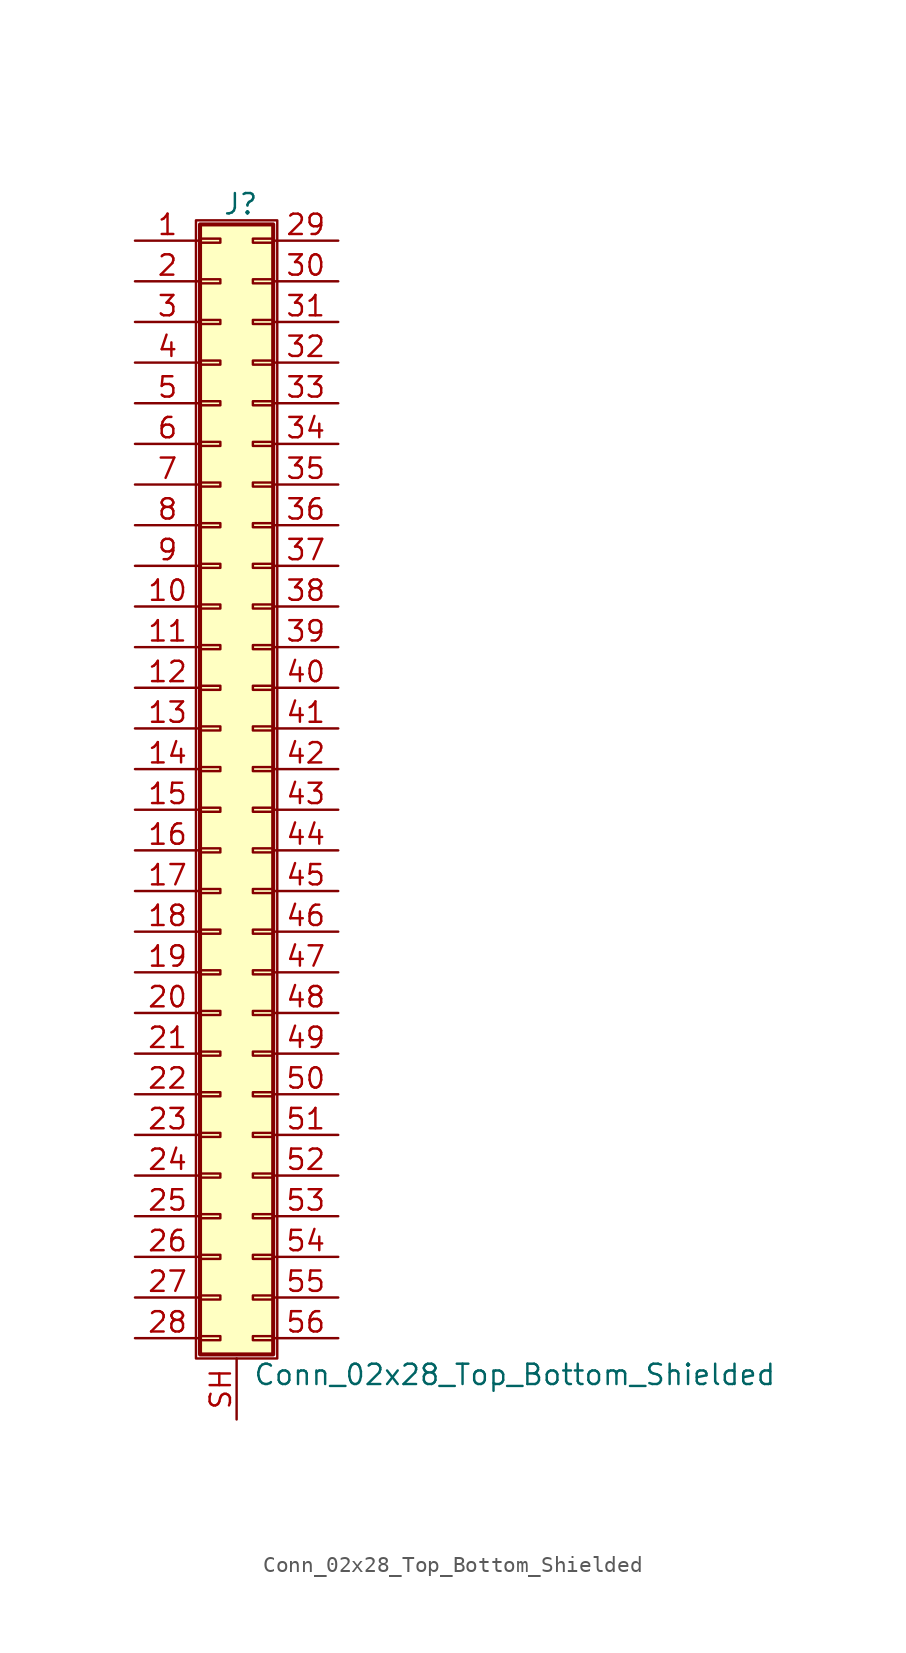
<source format=kicad_sym>
(kicad_symbol_lib
  (version 20201005)
  (generator kicad_symbol_editor)
  (symbol "Connector_Generic_Shielded:Conn_02x28_Top_Bottom_Shielded"
    (pin_names
      (offset 1.016) hide)
    (property "Reference" "J"
      (at 1.524 35.306 0)
      (effects (font (size 1.27 1.27))))
    (property "Value" "Conn_02x28_Top_Bottom_Shielded"
      (at 2.286 -37.846 0)
      (effects (font (size 1.27 1.27)) (justify left)))
    (symbol "Conn_02x28_Top_Bottom_Shielded_1_1"
      (rectangle (start -1.016 -27.813) (end 0.254 -28.067) (stroke (width 0.152)) (fill (type none)))
      (rectangle (start -1.016 -30.353) (end 0.254 -30.607) (stroke (width 0.152)) (fill (type none)))
      (rectangle (start -1.016 -32.893) (end 0.254 -33.147) (stroke (width 0.152)) (fill (type none)))
      (rectangle (start -1.016 -35.433) (end 0.254 -35.687) (stroke (width 0.152)) (fill (type none)))
      (rectangle (start -1.016 -4.953) (end 0.254 -5.207) (stroke (width 0.152)) (fill (type none)))
      (rectangle (start -1.016 -7.493) (end 0.254 -7.747) (stroke (width 0.152)) (fill (type none)))
      (rectangle (start -1.016 -10.033) (end 0.254 -10.287) (stroke (width 0.152)) (fill (type none)))
      (rectangle (start -1.016 -12.573) (end 0.254 -12.827) (stroke (width 0.152)) (fill (type none)))
      (rectangle (start -1.016 -15.113) (end 0.254 -15.367) (stroke (width 0.152)) (fill (type none)))
      (rectangle (start -1.016 -17.653) (end 0.254 -17.907) (stroke (width 0.152)) (fill (type none)))
      (rectangle (start -1.016 -20.193) (end 0.254 -20.447) (stroke (width 0.152)) (fill (type none)))
      (rectangle (start -1.016 -22.733) (end 0.254 -22.987) (stroke (width 0.152)) (fill (type none)))
      (rectangle (start -1.016 -2.413) (end 0.254 -2.667) (stroke (width 0.152)) (fill (type none)))
      (rectangle (start -1.016 -25.273) (end 0.254 -25.527) (stroke (width 0.152)) (fill (type none)))
      (rectangle (start -1.016 25.527) (end 0.254 25.273) (stroke (width 0.152)) (fill (type none)))
      (rectangle (start -1.016 2.667) (end 0.254 2.413) (stroke (width 0.152)) (fill (type none)))
      (rectangle (start -1.016 28.067) (end 0.254 27.813) (stroke (width 0.152)) (fill (type none)))
      (rectangle (start -1.016 30.607) (end 0.254 30.353) (stroke (width 0.152)) (fill (type none)))
      (rectangle (start -1.016 33.147) (end 0.254 32.893) (stroke (width 0.152)) (fill (type none)))
      (rectangle (start -1.016 34.036) (end 3.556 -36.576) (stroke (width 0.254)) (fill (type background)))
      (rectangle (start -1.016 5.207) (end 0.254 4.953) (stroke (width 0.152)) (fill (type none)))
      (rectangle (start -1.016 7.747) (end 0.254 7.493) (stroke (width 0.152)) (fill (type none)))
      (rectangle (start -1.016 10.287) (end 0.254 10.033) (stroke (width 0.152)) (fill (type none)))
      (rectangle (start -1.016 0.127) (end 0.254 -0.127) (stroke (width 0.152)) (fill (type none)))
      (rectangle (start -1.016 12.827) (end 0.254 12.573) (stroke (width 0.152)) (fill (type none)))
      (rectangle (start -1.016 15.367) (end 0.254 15.113) (stroke (width 0.152)) (fill (type none)))
      (rectangle (start -1.016 17.907) (end 0.254 17.653) (stroke (width 0.152)) (fill (type none)))
      (rectangle (start -1.016 20.447) (end 0.254 20.193) (stroke (width 0.152)) (fill (type none)))
      (rectangle (start -1.016 22.987) (end 0.254 22.733) (stroke (width 0.152)) (fill (type none)))
      (rectangle (start -1.27 34.29) (end 3.81 -36.83) (stroke (width 0.152)) (fill (type none)))
      (rectangle (start 3.556 -27.813) (end 2.286 -28.067) (stroke (width 0.152)) (fill (type none)))
      (rectangle (start 3.556 -30.353) (end 2.286 -30.607) (stroke (width 0.152)) (fill (type none)))
      (rectangle (start 3.556 -32.893) (end 2.286 -33.147) (stroke (width 0.152)) (fill (type none)))
      (rectangle (start 3.556 -35.433) (end 2.286 -35.687) (stroke (width 0.152)) (fill (type none)))
      (rectangle (start 3.556 -4.953) (end 2.286 -5.207) (stroke (width 0.152)) (fill (type none)))
      (rectangle (start 3.556 -7.493) (end 2.286 -7.747) (stroke (width 0.152)) (fill (type none)))
      (rectangle (start 3.556 -10.033) (end 2.286 -10.287) (stroke (width 0.152)) (fill (type none)))
      (rectangle (start 3.556 -12.573) (end 2.286 -12.827) (stroke (width 0.152)) (fill (type none)))
      (rectangle (start 3.556 -15.113) (end 2.286 -15.367) (stroke (width 0.152)) (fill (type none)))
      (rectangle (start 3.556 -17.653) (end 2.286 -17.907) (stroke (width 0.152)) (fill (type none)))
      (rectangle (start 3.556 -20.193) (end 2.286 -20.447) (stroke (width 0.152)) (fill (type none)))
      (rectangle (start 3.556 -22.733) (end 2.286 -22.987) (stroke (width 0.152)) (fill (type none)))
      (rectangle (start 3.556 -2.413) (end 2.286 -2.667) (stroke (width 0.152)) (fill (type none)))
      (rectangle (start 3.556 -25.273) (end 2.286 -25.527) (stroke (width 0.152)) (fill (type none)))
      (rectangle (start 3.556 25.527) (end 2.286 25.273) (stroke (width 0.152)) (fill (type none)))
      (rectangle (start 3.556 2.667) (end 2.286 2.413) (stroke (width 0.152)) (fill (type none)))
      (rectangle (start 3.556 28.067) (end 2.286 27.813) (stroke (width 0.152)) (fill (type none)))
      (rectangle (start 3.556 30.607) (end 2.286 30.353) (stroke (width 0.152)) (fill (type none)))
      (rectangle (start 3.556 33.147) (end 2.286 32.893) (stroke (width 0.152)) (fill (type none)))
      (rectangle (start 3.556 5.207) (end 2.286 4.953) (stroke (width 0.152)) (fill (type none)))
      (rectangle (start 3.556 7.747) (end 2.286 7.493) (stroke (width 0.152)) (fill (type none)))
      (rectangle (start 3.556 10.287) (end 2.286 10.033) (stroke (width 0.152)) (fill (type none)))
      (rectangle (start 3.556 0.127) (end 2.286 -0.127) (stroke (width 0.152)) (fill (type none)))
      (rectangle (start 3.556 12.827) (end 2.286 12.573) (stroke (width 0.152)) (fill (type none)))
      (rectangle (start 3.556 15.367) (end 2.286 15.113) (stroke (width 0.152)) (fill (type none)))
      (rectangle (start 3.556 17.907) (end 2.286 17.653) (stroke (width 0.152)) (fill (type none)))
      (rectangle (start 3.556 20.447) (end 2.286 20.193) (stroke (width 0.152)) (fill (type none)))
      (rectangle (start 3.556 22.987) (end 2.286 22.733) (stroke (width 0.152)) (fill (type none)))
      (pin passive line (at -5.08 33.02 0) (length 4.064) (name "Pin_1" (effects (font (size 1.27 1.27)))) (number "1" (effects (font (size 1.27 1.27)))))
      (pin passive line (at -5.08 10.16 0) (length 4.064) (name "Pin_10" (effects (font (size 1.27 1.27)))) (number "10" (effects (font (size 1.27 1.27)))))
      (pin passive line (at -5.08 7.62 0) (length 4.064) (name "Pin_11" (effects (font (size 1.27 1.27)))) (number "11" (effects (font (size 1.27 1.27)))))
      (pin passive line (at -5.08 5.08 0) (length 4.064) (name "Pin_12" (effects (font (size 1.27 1.27)))) (number "12" (effects (font (size 1.27 1.27)))))
      (pin passive line (at -5.08 2.54 0) (length 4.064) (name "Pin_13" (effects (font (size 1.27 1.27)))) (number "13" (effects (font (size 1.27 1.27)))))
      (pin passive line (at -5.08 0 0) (length 4.064) (name "Pin_14" (effects (font (size 1.27 1.27)))) (number "14" (effects (font (size 1.27 1.27)))))
      (pin passive line (at -5.08 -2.54 0) (length 4.064) (name "Pin_15" (effects (font (size 1.27 1.27)))) (number "15" (effects (font (size 1.27 1.27)))))
      (pin passive line (at -5.08 -5.08 0) (length 4.064) (name "Pin_16" (effects (font (size 1.27 1.27)))) (number "16" (effects (font (size 1.27 1.27)))))
      (pin passive line (at -5.08 -7.62 0) (length 4.064) (name "Pin_17" (effects (font (size 1.27 1.27)))) (number "17" (effects (font (size 1.27 1.27)))))
      (pin passive line (at -5.08 -10.16 0) (length 4.064) (name "Pin_18" (effects (font (size 1.27 1.27)))) (number "18" (effects (font (size 1.27 1.27)))))
      (pin passive line (at -5.08 -12.7 0) (length 4.064) (name "Pin_19" (effects (font (size 1.27 1.27)))) (number "19" (effects (font (size 1.27 1.27)))))
      (pin passive line (at -5.08 30.48 0) (length 4.064) (name "Pin_2" (effects (font (size 1.27 1.27)))) (number "2" (effects (font (size 1.27 1.27)))))
      (pin passive line (at -5.08 -15.24 0) (length 4.064) (name "Pin_20" (effects (font (size 1.27 1.27)))) (number "20" (effects (font (size 1.27 1.27)))))
      (pin passive line (at -5.08 -17.78 0) (length 4.064) (name "Pin_21" (effects (font (size 1.27 1.27)))) (number "21" (effects (font (size 1.27 1.27)))))
      (pin passive line (at -5.08 -20.32 0) (length 4.064) (name "Pin_22" (effects (font (size 1.27 1.27)))) (number "22" (effects (font (size 1.27 1.27)))))
      (pin passive line (at -5.08 -22.86 0) (length 4.064) (name "Pin_23" (effects (font (size 1.27 1.27)))) (number "23" (effects (font (size 1.27 1.27)))))
      (pin passive line (at -5.08 -25.4 0) (length 4.064) (name "Pin_24" (effects (font (size 1.27 1.27)))) (number "24" (effects (font (size 1.27 1.27)))))
      (pin passive line (at -5.08 -27.94 0) (length 4.064) (name "Pin_25" (effects (font (size 1.27 1.27)))) (number "25" (effects (font (size 1.27 1.27)))))
      (pin passive line (at -5.08 -30.48 0) (length 4.064) (name "Pin_26" (effects (font (size 1.27 1.27)))) (number "26" (effects (font (size 1.27 1.27)))))
      (pin passive line (at -5.08 -33.02 0) (length 4.064) (name "Pin_27" (effects (font (size 1.27 1.27)))) (number "27" (effects (font (size 1.27 1.27)))))
      (pin passive line (at -5.08 -35.56 0) (length 4.064) (name "Pin_28" (effects (font (size 1.27 1.27)))) (number "28" (effects (font (size 1.27 1.27)))))
      (pin passive line (at 7.62 33.02 180) (length 4.064) (name "Pin_29" (effects (font (size 1.27 1.27)))) (number "29" (effects (font (size 1.27 1.27)))))
      (pin passive line (at -5.08 27.94 0) (length 4.064) (name "Pin_3" (effects (font (size 1.27 1.27)))) (number "3" (effects (font (size 1.27 1.27)))))
      (pin passive line (at 7.62 30.48 180) (length 4.064) (name "Pin_30" (effects (font (size 1.27 1.27)))) (number "30" (effects (font (size 1.27 1.27)))))
      (pin passive line (at 7.62 27.94 180) (length 4.064) (name "Pin_31" (effects (font (size 1.27 1.27)))) (number "31" (effects (font (size 1.27 1.27)))))
      (pin passive line (at 7.62 25.4 180) (length 4.064) (name "Pin_32" (effects (font (size 1.27 1.27)))) (number "32" (effects (font (size 1.27 1.27)))))
      (pin passive line (at 7.62 22.86 180) (length 4.064) (name "Pin_33" (effects (font (size 1.27 1.27)))) (number "33" (effects (font (size 1.27 1.27)))))
      (pin passive line (at 7.62 20.32 180) (length 4.064) (name "Pin_34" (effects (font (size 1.27 1.27)))) (number "34" (effects (font (size 1.27 1.27)))))
      (pin passive line (at 7.62 17.78 180) (length 4.064) (name "Pin_35" (effects (font (size 1.27 1.27)))) (number "35" (effects (font (size 1.27 1.27)))))
      (pin passive line (at 7.62 15.24 180) (length 4.064) (name "Pin_36" (effects (font (size 1.27 1.27)))) (number "36" (effects (font (size 1.27 1.27)))))
      (pin passive line (at 7.62 12.7 180) (length 4.064) (name "Pin_37" (effects (font (size 1.27 1.27)))) (number "37" (effects (font (size 1.27 1.27)))))
      (pin passive line (at 7.62 10.16 180) (length 4.064) (name "Pin_38" (effects (font (size 1.27 1.27)))) (number "38" (effects (font (size 1.27 1.27)))))
      (pin passive line (at 7.62 7.62 180) (length 4.064) (name "Pin_39" (effects (font (size 1.27 1.27)))) (number "39" (effects (font (size 1.27 1.27)))))
      (pin passive line (at -5.08 25.4 0) (length 4.064) (name "Pin_4" (effects (font (size 1.27 1.27)))) (number "4" (effects (font (size 1.27 1.27)))))
      (pin passive line (at 7.62 5.08 180) (length 4.064) (name "Pin_40" (effects (font (size 1.27 1.27)))) (number "40" (effects (font (size 1.27 1.27)))))
      (pin passive line (at 7.62 2.54 180) (length 4.064) (name "Pin_41" (effects (font (size 1.27 1.27)))) (number "41" (effects (font (size 1.27 1.27)))))
      (pin passive line (at 7.62 0 180) (length 4.064) (name "Pin_42" (effects (font (size 1.27 1.27)))) (number "42" (effects (font (size 1.27 1.27)))))
      (pin passive line (at 7.62 -2.54 180) (length 4.064) (name "Pin_43" (effects (font (size 1.27 1.27)))) (number "43" (effects (font (size 1.27 1.27)))))
      (pin passive line (at 7.62 -5.08 180) (length 4.064) (name "Pin_44" (effects (font (size 1.27 1.27)))) (number "44" (effects (font (size 1.27 1.27)))))
      (pin passive line (at 7.62 -7.62 180) (length 4.064) (name "Pin_45" (effects (font (size 1.27 1.27)))) (number "45" (effects (font (size 1.27 1.27)))))
      (pin passive line (at 7.62 -10.16 180) (length 4.064) (name "Pin_46" (effects (font (size 1.27 1.27)))) (number "46" (effects (font (size 1.27 1.27)))))
      (pin passive line (at 7.62 -12.7 180) (length 4.064) (name "Pin_47" (effects (font (size 1.27 1.27)))) (number "47" (effects (font (size 1.27 1.27)))))
      (pin passive line (at 7.62 -15.24 180) (length 4.064) (name "Pin_48" (effects (font (size 1.27 1.27)))) (number "48" (effects (font (size 1.27 1.27)))))
      (pin passive line (at 7.62 -17.78 180) (length 4.064) (name "Pin_49" (effects (font (size 1.27 1.27)))) (number "49" (effects (font (size 1.27 1.27)))))
      (pin passive line (at -5.08 22.86 0) (length 4.064) (name "Pin_5" (effects (font (size 1.27 1.27)))) (number "5" (effects (font (size 1.27 1.27)))))
      (pin passive line (at 7.62 -20.32 180) (length 4.064) (name "Pin_50" (effects (font (size 1.27 1.27)))) (number "50" (effects (font (size 1.27 1.27)))))
      (pin passive line (at 7.62 -22.86 180) (length 4.064) (name "Pin_51" (effects (font (size 1.27 1.27)))) (number "51" (effects (font (size 1.27 1.27)))))
      (pin passive line (at 7.62 -25.4 180) (length 4.064) (name "Pin_52" (effects (font (size 1.27 1.27)))) (number "52" (effects (font (size 1.27 1.27)))))
      (pin passive line (at 7.62 -27.94 180) (length 4.064) (name "Pin_53" (effects (font (size 1.27 1.27)))) (number "53" (effects (font (size 1.27 1.27)))))
      (pin passive line (at 7.62 -30.48 180) (length 4.064) (name "Pin_54" (effects (font (size 1.27 1.27)))) (number "54" (effects (font (size 1.27 1.27)))))
      (pin passive line (at 7.62 -33.02 180) (length 4.064) (name "Pin_55" (effects (font (size 1.27 1.27)))) (number "55" (effects (font (size 1.27 1.27)))))
      (pin passive line (at 7.62 -35.56 180) (length 4.064) (name "Pin_56" (effects (font (size 1.27 1.27)))) (number "56" (effects (font (size 1.27 1.27)))))
      (pin passive line (at -5.08 20.32 0) (length 4.064) (name "Pin_6" (effects (font (size 1.27 1.27)))) (number "6" (effects (font (size 1.27 1.27)))))
      (pin passive line (at -5.08 17.78 0) (length 4.064) (name "Pin_7" (effects (font (size 1.27 1.27)))) (number "7" (effects (font (size 1.27 1.27)))))
      (pin passive line (at -5.08 15.24 0) (length 4.064) (name "Pin_8" (effects (font (size 1.27 1.27)))) (number "8" (effects (font (size 1.27 1.27)))))
      (pin passive line (at -5.08 12.7 0) (length 4.064) (name "Pin_9" (effects (font (size 1.27 1.27)))) (number "9" (effects (font (size 1.27 1.27)))))
      (pin passive line (at 1.27 -40.64 90) (length 3.81) (name "Shield" (effects (font (size 1.27 1.27)))) (number "SH" (effects (font (size 1.27 1.27))))))))
</source>
